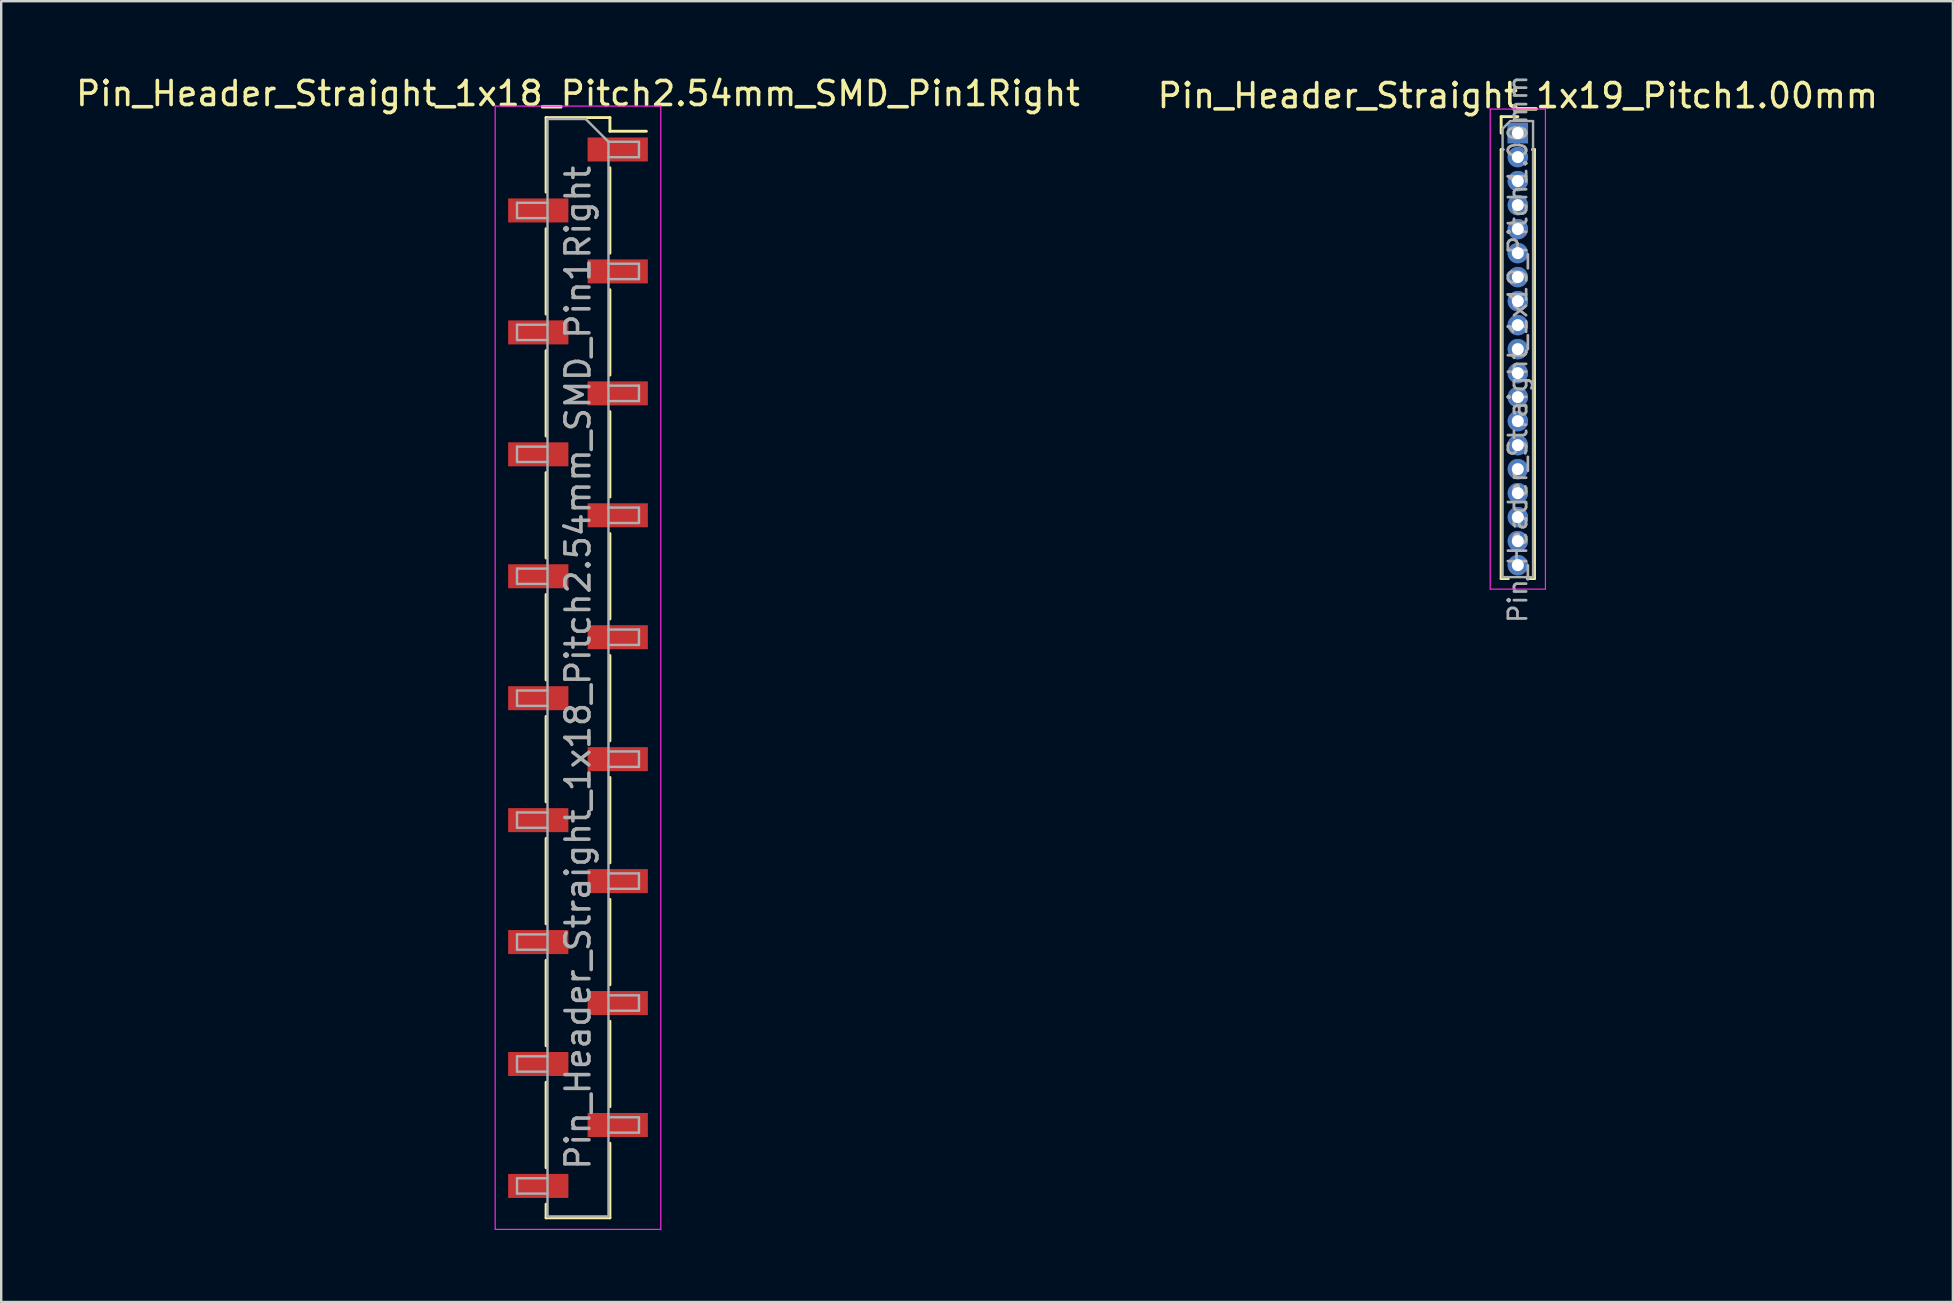
<source format=kicad_pcb>
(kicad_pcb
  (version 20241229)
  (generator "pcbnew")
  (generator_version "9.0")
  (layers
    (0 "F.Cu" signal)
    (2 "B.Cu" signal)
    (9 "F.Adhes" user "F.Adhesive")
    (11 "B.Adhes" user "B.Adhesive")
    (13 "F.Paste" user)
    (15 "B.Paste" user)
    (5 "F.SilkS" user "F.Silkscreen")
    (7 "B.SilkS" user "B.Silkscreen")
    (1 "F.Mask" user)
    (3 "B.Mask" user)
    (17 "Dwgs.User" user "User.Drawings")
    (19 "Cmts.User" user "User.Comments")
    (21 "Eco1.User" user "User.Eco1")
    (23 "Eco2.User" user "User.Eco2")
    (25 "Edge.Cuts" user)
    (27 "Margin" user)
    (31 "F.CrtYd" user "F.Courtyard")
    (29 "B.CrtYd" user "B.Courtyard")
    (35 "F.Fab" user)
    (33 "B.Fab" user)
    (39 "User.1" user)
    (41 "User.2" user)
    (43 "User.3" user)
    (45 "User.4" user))
  (footprint "Pin_Header_Straight_1x18_Pitch2.54mm_SMD_Pin1Right"
    (layer "F.Cu")
    (at 21.03 24.768)
    (property "Reference" "Pin_Header_Straight_1x18_Pitch2.54mm_SMD_Pin1Right" (at 0 -23.92 0) (layer "F.SilkS") (effects (font (size 1 1) (thickness 0.15))))
    (attr smd)
    (fp_line (start -1.33 -22.92) (end -1.33 -19.81) (stroke (width 0.12) (type solid)) (layer "F.SilkS"))
    (fp_line (start -1.33 -22.92) (end 1.33 -22.92) (stroke (width 0.12) (type solid)) (layer "F.SilkS"))
    (fp_line (start -1.33 -18.29) (end -1.33 -14.73) (stroke (width 0.12) (type solid)) (layer "F.SilkS"))
    (fp_line (start -1.33 -13.21) (end -1.33 -9.65) (stroke (width 0.12) (type solid)) (layer "F.SilkS"))
    (fp_line (start -1.33 -8.13) (end -1.33 -4.57) (stroke (width 0.12) (type solid)) (layer "F.SilkS"))
    (fp_line (start -1.33 -3.05) (end -1.33 0.51) (stroke (width 0.12) (type solid)) (layer "F.SilkS"))
    (fp_line (start -1.33 2.03) (end -1.33 5.59) (stroke (width 0.12) (type solid)) (layer "F.SilkS"))
    (fp_line (start -1.33 7.11) (end -1.33 10.67) (stroke (width 0.12) (type solid)) (layer "F.SilkS"))
    (fp_line (start -1.33 12.19) (end -1.33 15.75) (stroke (width 0.12) (type solid)) (layer "F.SilkS"))
    (fp_line (start -1.33 17.27) (end -1.33 20.83) (stroke (width 0.12) (type solid)) (layer "F.SilkS"))
    (fp_line (start -1.33 22.35) (end -1.33 22.92) (stroke (width 0.12) (type solid)) (layer "F.SilkS"))
    (fp_line (start -1.33 22.92) (end 1.33 22.92) (stroke (width 0.12) (type solid)) (layer "F.SilkS"))
    (fp_line (start 1.33 -22.92) (end 1.33 -22.35) (stroke (width 0.12) (type solid)) (layer "F.SilkS"))
    (fp_line (start 1.33 -22.35) (end 2.85 -22.35) (stroke (width 0.12) (type solid)) (layer "F.SilkS"))
    (fp_line (start 1.33 -20.83) (end 1.33 -17.27) (stroke (width 0.12) (type solid)) (layer "F.SilkS"))
    (fp_line (start 1.33 -15.75) (end 1.33 -12.19) (stroke (width 0.12) (type solid)) (layer "F.SilkS"))
    (fp_line (start 1.33 -10.67) (end 1.33 -7.11) (stroke (width 0.12) (type solid)) (layer "F.SilkS"))
    (fp_line (start 1.33 -5.59) (end 1.33 -2.03) (stroke (width 0.12) (type solid)) (layer "F.SilkS"))
    (fp_line (start 1.33 -0.51) (end 1.33 3.05) (stroke (width 0.12) (type solid)) (layer "F.SilkS"))
    (fp_line (start 1.33 4.57) (end 1.33 8.13) (stroke (width 0.12) (type solid)) (layer "F.SilkS"))
    (fp_line (start 1.33 9.65) (end 1.33 13.21) (stroke (width 0.12) (type solid)) (layer "F.SilkS"))
    (fp_line (start 1.33 14.73) (end 1.33 18.29) (stroke (width 0.12) (type solid)) (layer "F.SilkS"))
    (fp_line (start 1.33 19.81) (end 1.33 22.92) (stroke (width 0.12) (type solid)) (layer "F.SilkS"))
    (fp_line (start -3.45 -23.4) (end -3.45 23.4) (stroke (width 0.05) (type solid)) (layer "F.CrtYd"))
    (fp_line (start -3.45 23.4) (end 3.45 23.4) (stroke (width 0.05) (type solid)) (layer "F.CrtYd"))
    (fp_line (start 3.45 -23.4) (end -3.45 -23.4) (stroke (width 0.05) (type solid)) (layer "F.CrtYd"))
    (fp_line (start 3.45 23.4) (end 3.45 -23.4) (stroke (width 0.05) (type solid)) (layer "F.CrtYd"))
    (fp_line (start -2.54 -19.37) (end -2.54 -18.73) (stroke (width 0.1) (type solid)) (layer "F.Fab"))
    (fp_line (start -2.54 -18.73) (end -1.27 -18.73) (stroke (width 0.1) (type solid)) (layer "F.Fab"))
    (fp_line (start -2.54 -14.29) (end -2.54 -13.65) (stroke (width 0.1) (type solid)) (layer "F.Fab"))
    (fp_line (start -2.54 -13.65) (end -1.27 -13.65) (stroke (width 0.1) (type solid)) (layer "F.Fab"))
    (fp_line (start -2.54 -9.21) (end -2.54 -8.57) (stroke (width 0.1) (type solid)) (layer "F.Fab"))
    (fp_line (start -2.54 -8.57) (end -1.27 -8.57) (stroke (width 0.1) (type solid)) (layer "F.Fab"))
    (fp_line (start -2.54 -4.13) (end -2.54 -3.49) (stroke (width 0.1) (type solid)) (layer "F.Fab"))
    (fp_line (start -2.54 -3.49) (end -1.27 -3.49) (stroke (width 0.1) (type solid)) (layer "F.Fab"))
    (fp_line (start -2.54 0.95) (end -2.54 1.59) (stroke (width 0.1) (type solid)) (layer "F.Fab"))
    (fp_line (start -2.54 1.59) (end -1.27 1.59) (stroke (width 0.1) (type solid)) (layer "F.Fab"))
    (fp_line (start -2.54 6.03) (end -2.54 6.67) (stroke (width 0.1) (type solid)) (layer "F.Fab"))
    (fp_line (start -2.54 6.67) (end -1.27 6.67) (stroke (width 0.1) (type solid)) (layer "F.Fab"))
    (fp_line (start -2.54 11.11) (end -2.54 11.75) (stroke (width 0.1) (type solid)) (layer "F.Fab"))
    (fp_line (start -2.54 11.75) (end -1.27 11.75) (stroke (width 0.1) (type solid)) (layer "F.Fab"))
    (fp_line (start -2.54 16.19) (end -2.54 16.83) (stroke (width 0.1) (type solid)) (layer "F.Fab"))
    (fp_line (start -2.54 16.83) (end -1.27 16.83) (stroke (width 0.1) (type solid)) (layer "F.Fab"))
    (fp_line (start -2.54 21.27) (end -2.54 21.91) (stroke (width 0.1) (type solid)) (layer "F.Fab"))
    (fp_line (start -2.54 21.91) (end -1.27 21.91) (stroke (width 0.1) (type solid)) (layer "F.Fab"))
    (fp_line (start -1.27 -22.86) (end -1.27 22.86) (stroke (width 0.1) (type solid)) (layer "F.Fab"))
    (fp_line (start -1.27 -22.86) (end 0.32 -22.86) (stroke (width 0.1) (type solid)) (layer "F.Fab"))
    (fp_line (start -1.27 -19.37) (end -2.54 -19.37) (stroke (width 0.1) (type solid)) (layer "F.Fab"))
    (fp_line (start -1.27 -14.29) (end -2.54 -14.29) (stroke (width 0.1) (type solid)) (layer "F.Fab"))
    (fp_line (start -1.27 -9.21) (end -2.54 -9.21) (stroke (width 0.1) (type solid)) (layer "F.Fab"))
    (fp_line (start -1.27 -4.13) (end -2.54 -4.13) (stroke (width 0.1) (type solid)) (layer "F.Fab"))
    (fp_line (start -1.27 0.95) (end -2.54 0.95) (stroke (width 0.1) (type solid)) (layer "F.Fab"))
    (fp_line (start -1.27 6.03) (end -2.54 6.03) (stroke (width 0.1) (type solid)) (layer "F.Fab"))
    (fp_line (start -1.27 11.11) (end -2.54 11.11) (stroke (width 0.1) (type solid)) (layer "F.Fab"))
    (fp_line (start -1.27 16.19) (end -2.54 16.19) (stroke (width 0.1) (type solid)) (layer "F.Fab"))
    (fp_line (start -1.27 21.27) (end -2.54 21.27) (stroke (width 0.1) (type solid)) (layer "F.Fab"))
    (fp_line (start 1.27 -21.91) (end 0.32 -22.86) (stroke (width 0.1) (type solid)) (layer "F.Fab"))
    (fp_line (start 1.27 -21.91) (end 2.54 -21.91) (stroke (width 0.1) (type solid)) (layer "F.Fab"))
    (fp_line (start 1.27 -16.83) (end 2.54 -16.83) (stroke (width 0.1) (type solid)) (layer "F.Fab"))
    (fp_line (start 1.27 -11.75) (end 2.54 -11.75) (stroke (width 0.1) (type solid)) (layer "F.Fab"))
    (fp_line (start 1.27 -6.67) (end 2.54 -6.67) (stroke (width 0.1) (type solid)) (layer "F.Fab"))
    (fp_line (start 1.27 -1.59) (end 2.54 -1.59) (stroke (width 0.1) (type solid)) (layer "F.Fab"))
    (fp_line (start 1.27 3.49) (end 2.54 3.49) (stroke (width 0.1) (type solid)) (layer "F.Fab"))
    (fp_line (start 1.27 8.57) (end 2.54 8.57) (stroke (width 0.1) (type solid)) (layer "F.Fab"))
    (fp_line (start 1.27 13.65) (end 2.54 13.65) (stroke (width 0.1) (type solid)) (layer "F.Fab"))
    (fp_line (start 1.27 18.73) (end 2.54 18.73) (stroke (width 0.1) (type solid)) (layer "F.Fab"))
    (fp_line (start 1.27 22.86) (end -1.27 22.86) (stroke (width 0.1) (type solid)) (layer "F.Fab"))
    (fp_line (start 1.27 22.86) (end 1.27 -21.91) (stroke (width 0.1) (type solid)) (layer "F.Fab"))
    (fp_line (start 2.54 -21.91) (end 2.54 -21.27) (stroke (width 0.1) (type solid)) (layer "F.Fab"))
    (fp_line (start 2.54 -21.27) (end 1.27 -21.27) (stroke (width 0.1) (type solid)) (layer "F.Fab"))
    (fp_line (start 2.54 -16.83) (end 2.54 -16.19) (stroke (width 0.1) (type solid)) (layer "F.Fab"))
    (fp_line (start 2.54 -16.19) (end 1.27 -16.19) (stroke (width 0.1) (type solid)) (layer "F.Fab"))
    (fp_line (start 2.54 -11.75) (end 2.54 -11.11) (stroke (width 0.1) (type solid)) (layer "F.Fab"))
    (fp_line (start 2.54 -11.11) (end 1.27 -11.11) (stroke (width 0.1) (type solid)) (layer "F.Fab"))
    (fp_line (start 2.54 -6.67) (end 2.54 -6.03) (stroke (width 0.1) (type solid)) (layer "F.Fab"))
    (fp_line (start 2.54 -6.03) (end 1.27 -6.03) (stroke (width 0.1) (type solid)) (layer "F.Fab"))
    (fp_line (start 2.54 -1.59) (end 2.54 -0.95) (stroke (width 0.1) (type solid)) (layer "F.Fab"))
    (fp_line (start 2.54 -0.95) (end 1.27 -0.95) (stroke (width 0.1) (type solid)) (layer "F.Fab"))
    (fp_line (start 2.54 3.49) (end 2.54 4.13) (stroke (width 0.1) (type solid)) (layer "F.Fab"))
    (fp_line (start 2.54 4.13) (end 1.27 4.13) (stroke (width 0.1) (type solid)) (layer "F.Fab"))
    (fp_line (start 2.54 8.57) (end 2.54 9.21) (stroke (width 0.1) (type solid)) (layer "F.Fab"))
    (fp_line (start 2.54 9.21) (end 1.27 9.21) (stroke (width 0.1) (type solid)) (layer "F.Fab"))
    (fp_line (start 2.54 13.65) (end 2.54 14.29) (stroke (width 0.1) (type solid)) (layer "F.Fab"))
    (fp_line (start 2.54 14.29) (end 1.27 14.29) (stroke (width 0.1) (type solid)) (layer "F.Fab"))
    (fp_line (start 2.54 18.73) (end 2.54 19.37) (stroke (width 0.1) (type solid)) (layer "F.Fab"))
    (fp_line (start 2.54 19.37) (end 1.27 19.37) (stroke (width 0.1) (type solid)) (layer "F.Fab"))
    (fp_text user "${REFERENCE}" (at 0 0 90) (layer "F.Fab") (effects (font (size 1 1) (thickness 0.15))))
    (pad "1" smd rect (at 1.655 -21.59) (size 2.51 1) (layers "F.Cu" "F.Mask" "F.Paste"))
    (pad "2" smd rect (at -1.655 -19.05) (size 2.51 1) (layers "F.Cu" "F.Mask" "F.Paste"))
    (pad "3" smd rect (at 1.655 -16.51) (size 2.51 1) (layers "F.Cu" "F.Mask" "F.Paste"))
    (pad "4" smd rect (at -1.655 -13.97) (size 2.51 1) (layers "F.Cu" "F.Mask" "F.Paste"))
    (pad "5" smd rect (at 1.655 -11.43) (size 2.51 1) (layers "F.Cu" "F.Mask" "F.Paste"))
    (pad "6" smd rect (at -1.655 -8.89) (size 2.51 1) (layers "F.Cu" "F.Mask" "F.Paste"))
    (pad "7" smd rect (at 1.655 -6.35) (size 2.51 1) (layers "F.Cu" "F.Mask" "F.Paste"))
    (pad "8" smd rect (at -1.655 -3.81) (size 2.51 1) (layers "F.Cu" "F.Mask" "F.Paste"))
    (pad "9" smd rect (at 1.655 -1.27) (size 2.51 1) (layers "F.Cu" "F.Mask" "F.Paste"))
    (pad "10" smd rect (at -1.655 1.27) (size 2.51 1) (layers "F.Cu" "F.Mask" "F.Paste"))
    (pad "11" smd rect (at 1.655 3.81) (size 2.51 1) (layers "F.Cu" "F.Mask" "F.Paste"))
    (pad "12" smd rect (at -1.655 6.35) (size 2.51 1) (layers "F.Cu" "F.Mask" "F.Paste"))
    (pad "13" smd rect (at 1.655 8.89) (size 2.51 1) (layers "F.Cu" "F.Mask" "F.Paste"))
    (pad "14" smd rect (at -1.655 11.43) (size 2.51 1) (layers "F.Cu" "F.Mask" "F.Paste"))
    (pad "15" smd rect (at 1.655 13.97) (size 2.51 1) (layers "F.Cu" "F.Mask" "F.Paste"))
    (pad "16" smd rect (at -1.655 16.51) (size 2.51 1) (layers "F.Cu" "F.Mask" "F.Paste"))
    (pad "17" smd rect (at 1.655 19.05) (size 2.51 1) (layers "F.Cu" "F.Mask" "F.Paste"))
    (pad "18" smd rect (at -1.655 21.59) (size 2.51 1) (layers "F.Cu" "F.Mask" "F.Paste")))
  (footprint "Pin_Header_Straight_1x19_Pitch1.00mm"
    (layer "F.Cu")
    (at 60.185 2.495)
    (property "Reference" "Pin_Header_Straight_1x19_Pitch1.00mm" (at 0 -1.56 0) (layer "F.SilkS") (effects (font (size 1 1) (thickness 0.15))))
    (attr through_hole)
    (fp_line (start -0.695 -0.685) (end 0 -0.685) (stroke (width 0.12) (type solid)) (layer "F.SilkS"))
    (fp_line (start -0.695 0) (end -0.695 -0.685) (stroke (width 0.12) (type solid)) (layer "F.SilkS"))
    (fp_line (start -0.695 0.685) (end -0.695 18.56) (stroke (width 0.12) (type solid)) (layer "F.SilkS"))
    (fp_line (start -0.695 0.685) (end -0.608 0.685) (stroke (width 0.12) (type solid)) (layer "F.SilkS"))
    (fp_line (start -0.695 18.56) (end -0.394 18.56) (stroke (width 0.12) (type solid)) (layer "F.SilkS"))
    (fp_line (start 0.394 18.56) (end 0.695 18.56) (stroke (width 0.12) (type solid)) (layer "F.SilkS"))
    (fp_line (start 0.608 0.685) (end 0.695 0.685) (stroke (width 0.12) (type solid)) (layer "F.SilkS"))
    (fp_line (start 0.695 0.685) (end 0.695 18.56) (stroke (width 0.12) (type solid)) (layer "F.SilkS"))
    (fp_line (start -1.15 -1) (end -1.15 19) (stroke (width 0.05) (type solid)) (layer "F.CrtYd"))
    (fp_line (start -1.15 19) (end 1.15 19) (stroke (width 0.05) (type solid)) (layer "F.CrtYd"))
    (fp_line (start 1.15 -1) (end -1.15 -1) (stroke (width 0.05) (type solid)) (layer "F.CrtYd"))
    (fp_line (start 1.15 19) (end 1.15 -1) (stroke (width 0.05) (type solid)) (layer "F.CrtYd"))
    (fp_line (start -0.635 -0.182) (end -0.318 -0.5) (stroke (width 0.1) (type solid)) (layer "F.Fab"))
    (fp_line (start -0.635 18.5) (end -0.635 -0.182) (stroke (width 0.1) (type solid)) (layer "F.Fab"))
    (fp_line (start -0.318 -0.5) (end 0.635 -0.5) (stroke (width 0.1) (type solid)) (layer "F.Fab"))
    (fp_line (start 0.635 -0.5) (end 0.635 18.5) (stroke (width 0.1) (type solid)) (layer "F.Fab"))
    (fp_line (start 0.635 18.5) (end -0.635 18.5) (stroke (width 0.1) (type solid)) (layer "F.Fab"))
    (fp_text user "${REFERENCE}" (at 0 9 90) (layer "F.Fab") (effects (font (size 0.76 0.76) (thickness 0.114))))
    (pad "1" thru_hole rect (at 0 0) (size 0.85 0.85) (drill 0.5) (layers "*.Cu" "*.Mask"))
    (pad "2" thru_hole oval (at 0 1) (size 0.85 0.85) (drill 0.5) (layers "*.Cu" "*.Mask"))
    (pad "3" thru_hole oval (at 0 2) (size 0.85 0.85) (drill 0.5) (layers "*.Cu" "*.Mask"))
    (pad "4" thru_hole oval (at 0 3) (size 0.85 0.85) (drill 0.5) (layers "*.Cu" "*.Mask"))
    (pad "5" thru_hole oval (at 0 4) (size 0.85 0.85) (drill 0.5) (layers "*.Cu" "*.Mask"))
    (pad "6" thru_hole oval (at 0 5) (size 0.85 0.85) (drill 0.5) (layers "*.Cu" "*.Mask"))
    (pad "7" thru_hole oval (at 0 6) (size 0.85 0.85) (drill 0.5) (layers "*.Cu" "*.Mask"))
    (pad "8" thru_hole oval (at 0 7) (size 0.85 0.85) (drill 0.5) (layers "*.Cu" "*.Mask"))
    (pad "9" thru_hole oval (at 0 8) (size 0.85 0.85) (drill 0.5) (layers "*.Cu" "*.Mask"))
    (pad "10" thru_hole oval (at 0 9) (size 0.85 0.85) (drill 0.5) (layers "*.Cu" "*.Mask"))
    (pad "11" thru_hole oval (at 0 10) (size 0.85 0.85) (drill 0.5) (layers "*.Cu" "*.Mask"))
    (pad "12" thru_hole oval (at 0 11) (size 0.85 0.85) (drill 0.5) (layers "*.Cu" "*.Mask"))
    (pad "13" thru_hole oval (at 0 12) (size 0.85 0.85) (drill 0.5) (layers "*.Cu" "*.Mask"))
    (pad "14" thru_hole oval (at 0 13) (size 0.85 0.85) (drill 0.5) (layers "*.Cu" "*.Mask"))
    (pad "15" thru_hole oval (at 0 14) (size 0.85 0.85) (drill 0.5) (layers "*.Cu" "*.Mask"))
    (pad "16" thru_hole oval (at 0 15) (size 0.85 0.85) (drill 0.5) (layers "*.Cu" "*.Mask"))
    (pad "17" thru_hole oval (at 0 16) (size 0.85 0.85) (drill 0.5) (layers "*.Cu" "*.Mask"))
    (pad "18" thru_hole oval (at 0 17) (size 0.85 0.85) (drill 0.5) (layers "*.Cu" "*.Mask"))
    (pad "19" thru_hole oval (at 0 18) (size 0.85 0.85) (drill 0.5) (layers "*.Cu" "*.Mask")))
  (gr_rect
    (start -3 -3)
    (end 78.31 51.193)
    (stroke (width 0.1) (type default))
    (fill no)
    (layer "Edge.Cuts")))
</source>
